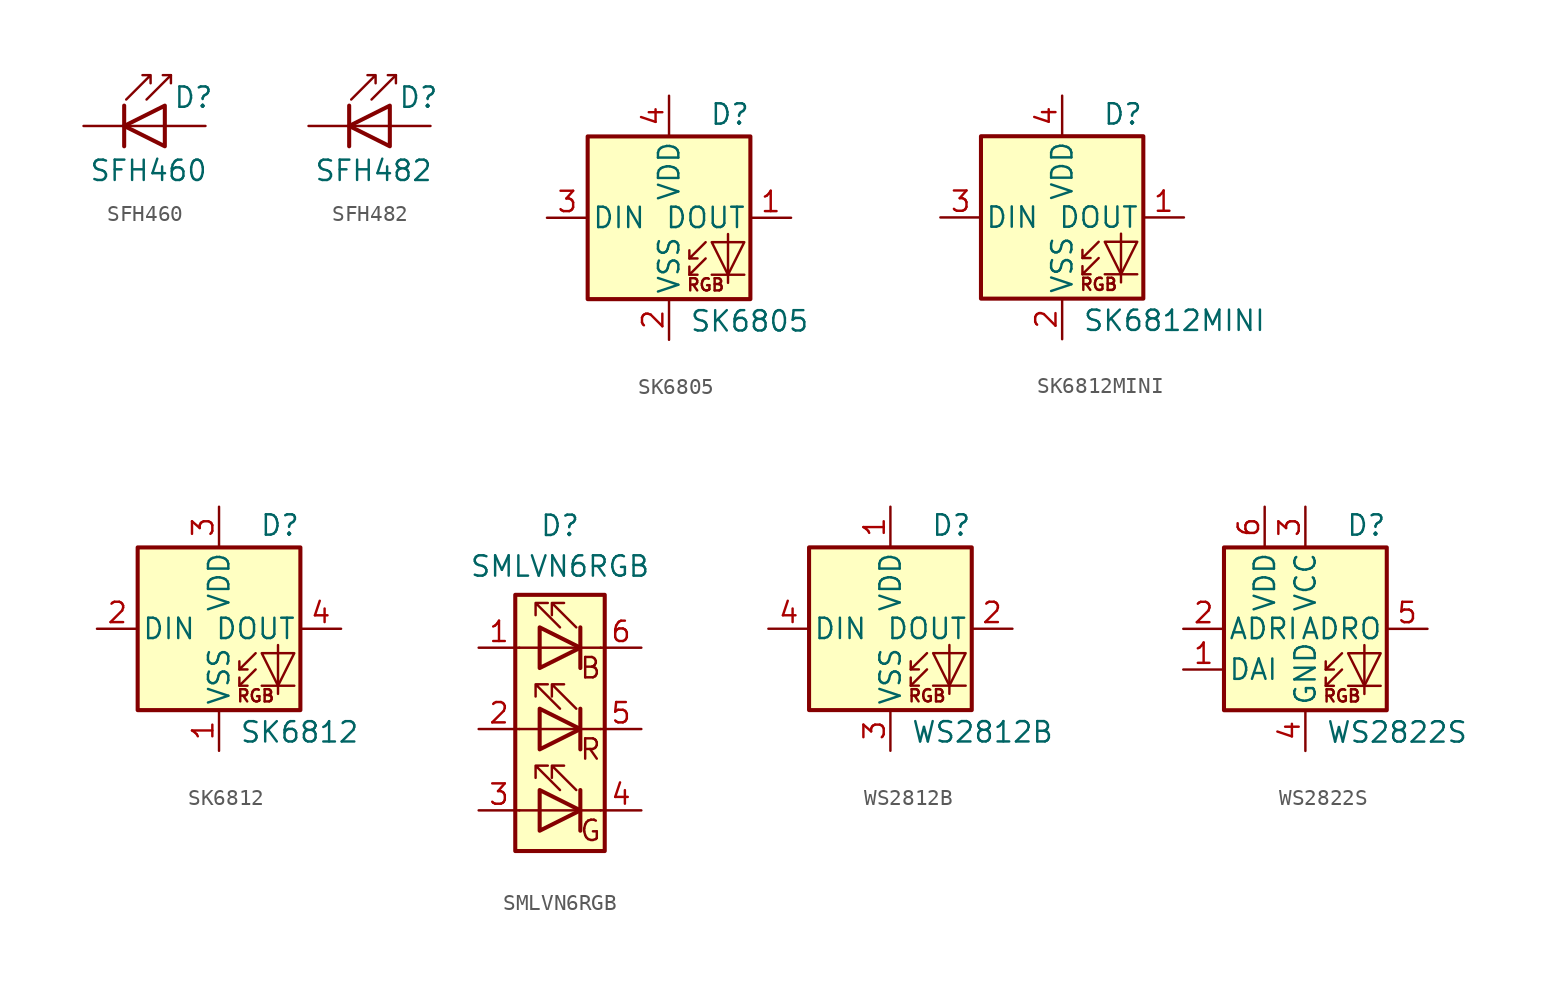
<source format=kicad_sym>
(kicad_symbol_lib
  (version 20211014)
  (generator kicad_symbol_editor)
  (symbol "SFH460"
    (pin_numbers hide)
    (pin_names
      (offset 1.016) hide)
    (property "Reference" "D"
      (at 0.508 1.778 0)
      (effects (font (size 1.27 1.27)) (justify left)))
    (property "Value" "SFH460"
      (at -1.016 -2.794 0)
      (effects (font (size 1.27 1.27))))
    (symbol "SFH460_0_1"
      (polyline (pts (xy -2.54 1.27) (xy -2.54 -1.27)) (stroke (width 0.254) (type default) (color 0 0 0 0)) (fill (type none)))
      (polyline (pts (xy 0 0) (xy -2.54 0)) (stroke (width 0) (type default) (color 0 0 0 0)) (fill (type none)))
      (polyline (pts (xy 0.381 3.175) (xy -0.127 3.175)) (stroke (width 0) (type default) (color 0 0 0 0)) (fill (type none)))
      (polyline (pts (xy -1.143 1.651) (xy 0.381 3.175) (xy 0.381 2.667)) (stroke (width 0) (type default) (color 0 0 0 0)) (fill (type none)))
      (polyline (pts (xy 0 1.27) (xy 0 -1.27) (xy -2.54 0) (xy 0 1.27)) (stroke (width 0.254) (type default) (color 0 0 0 0)) (fill (type none)))
      (polyline (pts (xy -2.413 1.651) (xy -0.889 3.175) (xy -0.889 2.667) (xy -0.889 3.175) (xy -1.397 3.175)) (stroke (width 0) (type default) (color 0 0 0 0)) (fill (type none))))
    (symbol "SFH460_1_1"
      (pin passive line (at -5.08 0 0) (length 2.54) (name "K" (effects (font (size 1.27 1.27)))) (number "1" (effects (font (size 1.27 1.27)))))
      (pin passive line (at 2.54 0 180) (length 2.54) (name "A" (effects (font (size 1.27 1.27)))) (number "2" (effects (font (size 1.27 1.27)))))))
  (symbol "SFH482"
    (pin_numbers hide)
    (pin_names
      (offset 1.016) hide)
    (property "Reference" "D"
      (at 0.508 1.778 0)
      (effects (font (size 1.27 1.27)) (justify left)))
    (property "Value" "SFH482"
      (at -1.016 -2.794 0)
      (effects (font (size 1.27 1.27))))
    (symbol "SFH482_0_1"
      (polyline (pts (xy -2.54 1.27) (xy -2.54 -1.27)) (stroke (width 0.254) (type default) (color 0 0 0 0)) (fill (type none)))
      (polyline (pts (xy 0 0) (xy -2.54 0)) (stroke (width 0) (type default) (color 0 0 0 0)) (fill (type none)))
      (polyline (pts (xy 0.381 3.175) (xy -0.127 3.175)) (stroke (width 0) (type default) (color 0 0 0 0)) (fill (type none)))
      (polyline (pts (xy -1.143 1.651) (xy 0.381 3.175) (xy 0.381 2.667)) (stroke (width 0) (type default) (color 0 0 0 0)) (fill (type none)))
      (polyline (pts (xy 0 1.27) (xy 0 -1.27) (xy -2.54 0) (xy 0 1.27)) (stroke (width 0.254) (type default) (color 0 0 0 0)) (fill (type none)))
      (polyline (pts (xy -2.413 1.651) (xy -0.889 3.175) (xy -0.889 2.667) (xy -0.889 3.175) (xy -1.397 3.175)) (stroke (width 0) (type default) (color 0 0 0 0)) (fill (type none))))
    (symbol "SFH482_1_1"
      (pin passive line (at -5.08 0 0) (length 2.54) (name "K" (effects (font (size 1.27 1.27)))) (number "1" (effects (font (size 1.27 1.27)))))
      (pin passive line (at 2.54 0 180) (length 2.54) (name "A" (effects (font (size 1.27 1.27)))) (number "2" (effects (font (size 1.27 1.27)))))))
  (symbol "SK6805"
    (pin_names
      (offset 0.254))
    (property "Reference" "D"
      (at 5.08 5.715 0)
      (effects (font (size 1.27 1.27)) (justify right bottom)))
    (property "Value" "SK6805"
      (at 1.27 -5.715 0)
      (effects (font (size 1.27 1.27)) (justify left top)))
    (symbol "SK6805_0_0"
      (text "RGB" (at 2.286 -4.191 0) (effects (font (size 0.762 0.762)))))
    (symbol "SK6805_0_1"
      (polyline (pts (xy 1.27 -3.556) (xy 1.778 -3.556)) (stroke (width 0) (type default) (color 0 0 0 0)) (fill (type none)))
      (polyline (pts (xy 1.27 -2.54) (xy 1.778 -2.54)) (stroke (width 0) (type default) (color 0 0 0 0)) (fill (type none)))
      (polyline (pts (xy 4.699 -3.556) (xy 2.667 -3.556)) (stroke (width 0) (type default) (color 0 0 0 0)) (fill (type none)))
      (polyline (pts (xy 2.286 -2.54) (xy 1.27 -3.556) (xy 1.27 -3.048)) (stroke (width 0) (type default) (color 0 0 0 0)) (fill (type none)))
      (polyline (pts (xy 2.286 -1.524) (xy 1.27 -2.54) (xy 1.27 -2.032)) (stroke (width 0) (type default) (color 0 0 0 0)) (fill (type none)))
      (polyline (pts (xy 3.683 -1.016) (xy 3.683 -3.556) (xy 3.683 -4.064)) (stroke (width 0) (type default) (color 0 0 0 0)) (fill (type none)))
      (polyline (pts (xy 4.699 -1.524) (xy 2.667 -1.524) (xy 3.683 -3.556) (xy 4.699 -1.524)) (stroke (width 0) (type default) (color 0 0 0 0)) (fill (type none)))
      (rectangle (start 5.08 5.08) (end -5.08 -5.08) (stroke (width 0.254) (type default) (color 0 0 0 0)) (fill (type background))))
    (symbol "SK6805_1_1"
      (pin output line (at 7.62 0 180) (length 2.54) (name "DOUT" (effects (font (size 1.27 1.27)))) (number "1" (effects (font (size 1.27 1.27)))))
      (pin power_in line (at 0 -7.62 90) (length 2.54) (name "VSS" (effects (font (size 1.27 1.27)))) (number "2" (effects (font (size 1.27 1.27)))))
      (pin input line (at -7.62 0 0) (length 2.54) (name "DIN" (effects (font (size 1.27 1.27)))) (number "3" (effects (font (size 1.27 1.27)))))
      (pin power_in line (at 0 7.62 270) (length 2.54) (name "VDD" (effects (font (size 1.27 1.27)))) (number "4" (effects (font (size 1.27 1.27)))))))
  (symbol "SK6812MINI"
    (pin_names
      (offset 0.254))
    (property "Reference" "D"
      (at 5.08 5.715 0)
      (effects (font (size 1.27 1.27)) (justify right bottom)))
    (property "Value" "SK6812MINI"
      (at 1.27 -5.715 0)
      (effects (font (size 1.27 1.27)) (justify left top)))
    (symbol "SK6812MINI_0_0"
      (text "RGB" (at 2.286 -4.191 0) (effects (font (size 0.762 0.762)))))
    (symbol "SK6812MINI_0_1"
      (polyline (pts (xy 1.27 -3.556) (xy 1.778 -3.556)) (stroke (width 0) (type default) (color 0 0 0 0)) (fill (type none)))
      (polyline (pts (xy 1.27 -2.54) (xy 1.778 -2.54)) (stroke (width 0) (type default) (color 0 0 0 0)) (fill (type none)))
      (polyline (pts (xy 4.699 -3.556) (xy 2.667 -3.556)) (stroke (width 0) (type default) (color 0 0 0 0)) (fill (type none)))
      (polyline (pts (xy 2.286 -2.54) (xy 1.27 -3.556) (xy 1.27 -3.048)) (stroke (width 0) (type default) (color 0 0 0 0)) (fill (type none)))
      (polyline (pts (xy 2.286 -1.524) (xy 1.27 -2.54) (xy 1.27 -2.032)) (stroke (width 0) (type default) (color 0 0 0 0)) (fill (type none)))
      (polyline (pts (xy 3.683 -1.016) (xy 3.683 -3.556) (xy 3.683 -4.064)) (stroke (width 0) (type default) (color 0 0 0 0)) (fill (type none)))
      (polyline (pts (xy 4.699 -1.524) (xy 2.667 -1.524) (xy 3.683 -3.556) (xy 4.699 -1.524)) (stroke (width 0) (type default) (color 0 0 0 0)) (fill (type none)))
      (rectangle (start 5.08 5.08) (end -5.08 -5.08) (stroke (width 0.254) (type default) (color 0 0 0 0)) (fill (type background))))
    (symbol "SK6812MINI_1_1"
      (pin output line (at 7.62 0 180) (length 2.54) (name "DOUT" (effects (font (size 1.27 1.27)))) (number "1" (effects (font (size 1.27 1.27)))))
      (pin power_in line (at 0 -7.62 90) (length 2.54) (name "VSS" (effects (font (size 1.27 1.27)))) (number "2" (effects (font (size 1.27 1.27)))))
      (pin input line (at -7.62 0 0) (length 2.54) (name "DIN" (effects (font (size 1.27 1.27)))) (number "3" (effects (font (size 1.27 1.27)))))
      (pin power_in line (at 0 7.62 270) (length 2.54) (name "VDD" (effects (font (size 1.27 1.27)))) (number "4" (effects (font (size 1.27 1.27)))))))
  (symbol "SK6812"
    (pin_names
      (offset 0.254))
    (property "Reference" "D"
      (at 5.08 5.715 0)
      (effects (font (size 1.27 1.27)) (justify right bottom)))
    (property "Value" "SK6812"
      (at 1.27 -5.715 0)
      (effects (font (size 1.27 1.27)) (justify left top)))
    (symbol "SK6812_0_0"
      (text "RGB" (at 2.286 -4.191 0) (effects (font (size 0.762 0.762)))))
    (symbol "SK6812_0_1"
      (polyline (pts (xy 1.27 -3.556) (xy 1.778 -3.556)) (stroke (width 0) (type default) (color 0 0 0 0)) (fill (type none)))
      (polyline (pts (xy 1.27 -2.54) (xy 1.778 -2.54)) (stroke (width 0) (type default) (color 0 0 0 0)) (fill (type none)))
      (polyline (pts (xy 4.699 -3.556) (xy 2.667 -3.556)) (stroke (width 0) (type default) (color 0 0 0 0)) (fill (type none)))
      (polyline (pts (xy 2.286 -2.54) (xy 1.27 -3.556) (xy 1.27 -3.048)) (stroke (width 0) (type default) (color 0 0 0 0)) (fill (type none)))
      (polyline (pts (xy 2.286 -1.524) (xy 1.27 -2.54) (xy 1.27 -2.032)) (stroke (width 0) (type default) (color 0 0 0 0)) (fill (type none)))
      (polyline (pts (xy 3.683 -1.016) (xy 3.683 -3.556) (xy 3.683 -4.064)) (stroke (width 0) (type default) (color 0 0 0 0)) (fill (type none)))
      (polyline (pts (xy 4.699 -1.524) (xy 2.667 -1.524) (xy 3.683 -3.556) (xy 4.699 -1.524)) (stroke (width 0) (type default) (color 0 0 0 0)) (fill (type none)))
      (rectangle (start 5.08 5.08) (end -5.08 -5.08) (stroke (width 0.254) (type default) (color 0 0 0 0)) (fill (type background))))
    (symbol "SK6812_1_1"
      (pin power_in line (at 0 -7.62 90) (length 2.54) (name "VSS" (effects (font (size 1.27 1.27)))) (number "1" (effects (font (size 1.27 1.27)))))
      (pin input line (at -7.62 0 0) (length 2.54) (name "DIN" (effects (font (size 1.27 1.27)))) (number "2" (effects (font (size 1.27 1.27)))))
      (pin power_in line (at 0 7.62 270) (length 2.54) (name "VDD" (effects (font (size 1.27 1.27)))) (number "3" (effects (font (size 1.27 1.27)))))
      (pin output line (at 7.62 0 180) (length 2.54) (name "DOUT" (effects (font (size 1.27 1.27)))) (number "4" (effects (font (size 1.27 1.27)))))))
  (symbol "SMLVN6RGB"
    (pin_names
      (offset 0) hide)
    (property "Reference" "D"
      (at 0 12.7 0)
      (effects (font (size 1.27 1.27))))
    (property "Value" "SMLVN6RGB"
      (at 0 10.16 0)
      (effects (font (size 1.27 1.27))))
    (symbol "SMLVN6RGB_0_0"
      (text "B" (at 1.905 3.81 0) (effects (font (size 1.27 1.27))))
      (text "G" (at 1.905 -6.35 0) (effects (font (size 1.27 1.27))))
      (text "R" (at 1.905 -1.27 0) (effects (font (size 1.27 1.27)))))
    (symbol "SMLVN6RGB_0_1"
      (rectangle (start -2.794 8.382) (end 2.794 -7.62) (stroke (width 0.254) (type default) (color 0 0 0 0)) (fill (type background)))
      (rectangle (start -1.27 -1.27) (end -1.27 1.27) (stroke (width 0) (type default) (color 0 0 0 0)) (fill (type none)))
      (rectangle (start -1.27 1.27) (end -1.27 1.27) (stroke (width 0) (type default) (color 0 0 0 0)) (fill (type none)))
      (rectangle (start -1.27 3.81) (end -1.27 6.35) (stroke (width 0) (type default) (color 0 0 0 0)) (fill (type none)))
      (rectangle (start -1.27 6.35) (end -1.27 6.35) (stroke (width 0) (type default) (color 0 0 0 0)) (fill (type none)))
      (polyline (pts (xy -1.27 -5.08) (xy -2.54 -5.08)) (stroke (width 0) (type default) (color 0 0 0 0)) (fill (type none)))
      (polyline (pts (xy -1.27 0) (xy -2.54 0)) (stroke (width 0) (type default) (color 0 0 0 0)) (fill (type none)))
      (polyline (pts (xy -1.27 0) (xy 1.27 0)) (stroke (width 0) (type default) (color 0 0 0 0)) (fill (type none)))
      (polyline (pts (xy -1.27 5.08) (xy -2.54 5.08)) (stroke (width 0) (type default) (color 0 0 0 0)) (fill (type none)))
      (polyline (pts (xy 1.27 -5.08) (xy -1.27 -5.08)) (stroke (width 0) (type default) (color 0 0 0 0)) (fill (type none)))
      (polyline (pts (xy 1.27 -5.08) (xy 2.54 -5.08)) (stroke (width 0) (type default) (color 0 0 0 0)) (fill (type none)))
      (polyline (pts (xy 1.27 -3.81) (xy 1.27 -6.35)) (stroke (width 0.254) (type default) (color 0 0 0 0)) (fill (type none)))
      (polyline (pts (xy 1.27 0) (xy 2.54 0)) (stroke (width 0) (type default) (color 0 0 0 0)) (fill (type none)))
      (polyline (pts (xy 1.27 1.27) (xy 1.27 -1.27)) (stroke (width 0.254) (type default) (color 0 0 0 0)) (fill (type none)))
      (polyline (pts (xy 1.27 5.08) (xy -1.27 5.08)) (stroke (width 0) (type default) (color 0 0 0 0)) (fill (type none)))
      (polyline (pts (xy 1.27 5.08) (xy 2.54 5.08)) (stroke (width 0) (type default) (color 0 0 0 0)) (fill (type none)))
      (polyline (pts (xy 1.27 6.35) (xy 1.27 3.81)) (stroke (width 0.254) (type default) (color 0 0 0 0)) (fill (type none)))
      (polyline (pts (xy 1.27 1.27) (xy 1.27 -1.27) (xy 1.27 -1.27)) (stroke (width 0) (type default) (color 0 0 0 0)) (fill (type none)))
      (polyline (pts (xy 1.27 6.35) (xy 1.27 3.81) (xy 1.27 3.81)) (stroke (width 0) (type default) (color 0 0 0 0)) (fill (type none)))
      (polyline (pts (xy -1.27 -3.81) (xy -1.27 -6.35) (xy 1.27 -5.08) (xy -1.27 -3.81)) (stroke (width 0.254) (type default) (color 0 0 0 0)) (fill (type none)))
      (polyline (pts (xy -1.27 1.27) (xy -1.27 -1.27) (xy 1.27 0) (xy -1.27 1.27)) (stroke (width 0.254) (type default) (color 0 0 0 0)) (fill (type none)))
      (polyline (pts (xy -1.27 6.35) (xy -1.27 3.81) (xy 1.27 5.08) (xy -1.27 6.35)) (stroke (width 0.254) (type default) (color 0 0 0 0)) (fill (type none)))
      (polyline (pts (xy 0 -3.81) (xy -1.524 -2.286) (xy -0.762 -2.286) (xy -1.524 -2.286) (xy -1.524 -3.048)) (stroke (width 0) (type default) (color 0 0 0 0)) (fill (type none)))
      (polyline (pts (xy 0 1.27) (xy -1.524 2.794) (xy -0.762 2.794) (xy -1.524 2.794) (xy -1.524 2.032)) (stroke (width 0) (type default) (color 0 0 0 0)) (fill (type none)))
      (polyline (pts (xy 0 6.35) (xy -1.524 7.874) (xy -0.762 7.874) (xy -1.524 7.874) (xy -1.524 7.112)) (stroke (width 0) (type default) (color 0 0 0 0)) (fill (type none)))
      (polyline (pts (xy 1.016 -3.81) (xy -0.508 -2.286) (xy 0.254 -2.286) (xy -0.508 -2.286) (xy -0.508 -3.048)) (stroke (width 0) (type default) (color 0 0 0 0)) (fill (type none)))
      (polyline (pts (xy 1.016 1.27) (xy -0.508 2.794) (xy 0.254 2.794) (xy -0.508 2.794) (xy -0.508 2.032)) (stroke (width 0) (type default) (color 0 0 0 0)) (fill (type none)))
      (polyline (pts (xy 1.016 6.35) (xy -0.508 7.874) (xy 0.254 7.874) (xy -0.508 7.874) (xy -0.508 7.112)) (stroke (width 0) (type default) (color 0 0 0 0)) (fill (type none))))
    (symbol "SMLVN6RGB_1_1"
      (pin passive line (at -5.08 5.08 0) (length 2.54) (name "BA" (effects (font (size 1.27 1.27)))) (number "1" (effects (font (size 1.27 1.27)))))
      (pin passive line (at -5.08 0 0) (length 2.54) (name "RA" (effects (font (size 1.27 1.27)))) (number "2" (effects (font (size 1.27 1.27)))))
      (pin passive line (at -5.08 -5.08 0) (length 2.54) (name "GA" (effects (font (size 1.27 1.27)))) (number "3" (effects (font (size 1.27 1.27)))))
      (pin passive line (at 5.08 -5.08 180) (length 2.54) (name "GK" (effects (font (size 1.27 1.27)))) (number "4" (effects (font (size 1.27 1.27)))))
      (pin passive line (at 5.08 0 180) (length 2.54) (name "RK" (effects (font (size 1.27 1.27)))) (number "5" (effects (font (size 1.27 1.27)))))
      (pin passive line (at 5.08 5.08 180) (length 2.54) (name "BK" (effects (font (size 1.27 1.27)))) (number "6" (effects (font (size 1.27 1.27)))))))
  (symbol "WS2812B"
    (pin_names
      (offset 0.254))
    (property "Reference" "D"
      (at 5.08 5.715 0)
      (effects (font (size 1.27 1.27)) (justify right bottom)))
    (property "Value" "WS2812B"
      (at 1.27 -5.715 0)
      (effects (font (size 1.27 1.27)) (justify left top)))
    (symbol "WS2812B_0_0"
      (text "RGB" (at 2.286 -4.191 0) (effects (font (size 0.762 0.762)))))
    (symbol "WS2812B_0_1"
      (polyline (pts (xy 1.27 -3.556) (xy 1.778 -3.556)) (stroke (width 0) (type default) (color 0 0 0 0)) (fill (type none)))
      (polyline (pts (xy 1.27 -2.54) (xy 1.778 -2.54)) (stroke (width 0) (type default) (color 0 0 0 0)) (fill (type none)))
      (polyline (pts (xy 4.699 -3.556) (xy 2.667 -3.556)) (stroke (width 0) (type default) (color 0 0 0 0)) (fill (type none)))
      (polyline (pts (xy 2.286 -2.54) (xy 1.27 -3.556) (xy 1.27 -3.048)) (stroke (width 0) (type default) (color 0 0 0 0)) (fill (type none)))
      (polyline (pts (xy 2.286 -1.524) (xy 1.27 -2.54) (xy 1.27 -2.032)) (stroke (width 0) (type default) (color 0 0 0 0)) (fill (type none)))
      (polyline (pts (xy 3.683 -1.016) (xy 3.683 -3.556) (xy 3.683 -4.064)) (stroke (width 0) (type default) (color 0 0 0 0)) (fill (type none)))
      (polyline (pts (xy 4.699 -1.524) (xy 2.667 -1.524) (xy 3.683 -3.556) (xy 4.699 -1.524)) (stroke (width 0) (type default) (color 0 0 0 0)) (fill (type none)))
      (rectangle (start 5.08 5.08) (end -5.08 -5.08) (stroke (width 0.254) (type default) (color 0 0 0 0)) (fill (type background))))
    (symbol "WS2812B_1_1"
      (pin power_in line (at 0 7.62 270) (length 2.54) (name "VDD" (effects (font (size 1.27 1.27)))) (number "1" (effects (font (size 1.27 1.27)))))
      (pin output line (at 7.62 0 180) (length 2.54) (name "DOUT" (effects (font (size 1.27 1.27)))) (number "2" (effects (font (size 1.27 1.27)))))
      (pin power_in line (at 0 -7.62 90) (length 2.54) (name "VSS" (effects (font (size 1.27 1.27)))) (number "3" (effects (font (size 1.27 1.27)))))
      (pin input line (at -7.62 0 0) (length 2.54) (name "DIN" (effects (font (size 1.27 1.27)))) (number "4" (effects (font (size 1.27 1.27)))))))
  (symbol "WS2822S"
    (pin_names
      (offset 0.254))
    (property "Reference" "D"
      (at 5.08 5.715 0)
      (effects (font (size 1.27 1.27)) (justify right bottom)))
    (property "Value" "WS2822S"
      (at 1.27 -5.715 0)
      (effects (font (size 1.27 1.27)) (justify left top)))
    (symbol "WS2822S_0_0"
      (text "RGB" (at 2.286 -4.191 0) (effects (font (size 0.762 0.762)))))
    (symbol "WS2822S_0_1"
      (rectangle (start -5.08 5.08) (end 5.08 -5.08) (stroke (width 0.254) (type default) (color 0 0 0 0)) (fill (type background)))
      (polyline (pts (xy 1.27 -3.556) (xy 1.778 -3.556)) (stroke (width 0) (type default) (color 0 0 0 0)) (fill (type none)))
      (polyline (pts (xy 1.27 -2.54) (xy 1.778 -2.54)) (stroke (width 0) (type default) (color 0 0 0 0)) (fill (type none)))
      (polyline (pts (xy 4.699 -3.556) (xy 2.667 -3.556)) (stroke (width 0) (type default) (color 0 0 0 0)) (fill (type none)))
      (polyline (pts (xy 2.286 -2.54) (xy 1.27 -3.556) (xy 1.27 -3.048)) (stroke (width 0) (type default) (color 0 0 0 0)) (fill (type none)))
      (polyline (pts (xy 2.286 -1.524) (xy 1.27 -2.54) (xy 1.27 -2.032)) (stroke (width 0) (type default) (color 0 0 0 0)) (fill (type none)))
      (polyline (pts (xy 3.683 -1.016) (xy 3.683 -3.556) (xy 3.683 -4.064)) (stroke (width 0) (type default) (color 0 0 0 0)) (fill (type none)))
      (polyline (pts (xy 4.699 -1.524) (xy 2.667 -1.524) (xy 3.683 -3.556) (xy 4.699 -1.524)) (stroke (width 0) (type default) (color 0 0 0 0)) (fill (type none))))
    (symbol "WS2822S_1_1"
      (pin input line (at -7.62 -2.54 0) (length 2.54) (name "DAI" (effects (font (size 1.27 1.27)))) (number "1" (effects (font (size 1.27 1.27)))))
      (pin input line (at -7.62 0 0) (length 2.54) (name "ADRI" (effects (font (size 1.27 1.27)))) (number "2" (effects (font (size 1.27 1.27)))))
      (pin power_in line (at 0 7.62 270) (length 2.54) (name "VCC" (effects (font (size 1.27 1.27)))) (number "3" (effects (font (size 1.27 1.27)))))
      (pin power_in line (at 0 -7.62 90) (length 2.54) (name "GND" (effects (font (size 1.27 1.27)))) (number "4" (effects (font (size 1.27 1.27)))))
      (pin output line (at 7.62 0 180) (length 2.54) (name "ADRO" (effects (font (size 1.27 1.27)))) (number "5" (effects (font (size 1.27 1.27)))))
      (pin power_in line (at -2.54 7.62 270) (length 2.54) (name "VDD" (effects (font (size 1.27 1.27)))) (number "6" (effects (font (size 1.27 1.27))))))))
</source>
